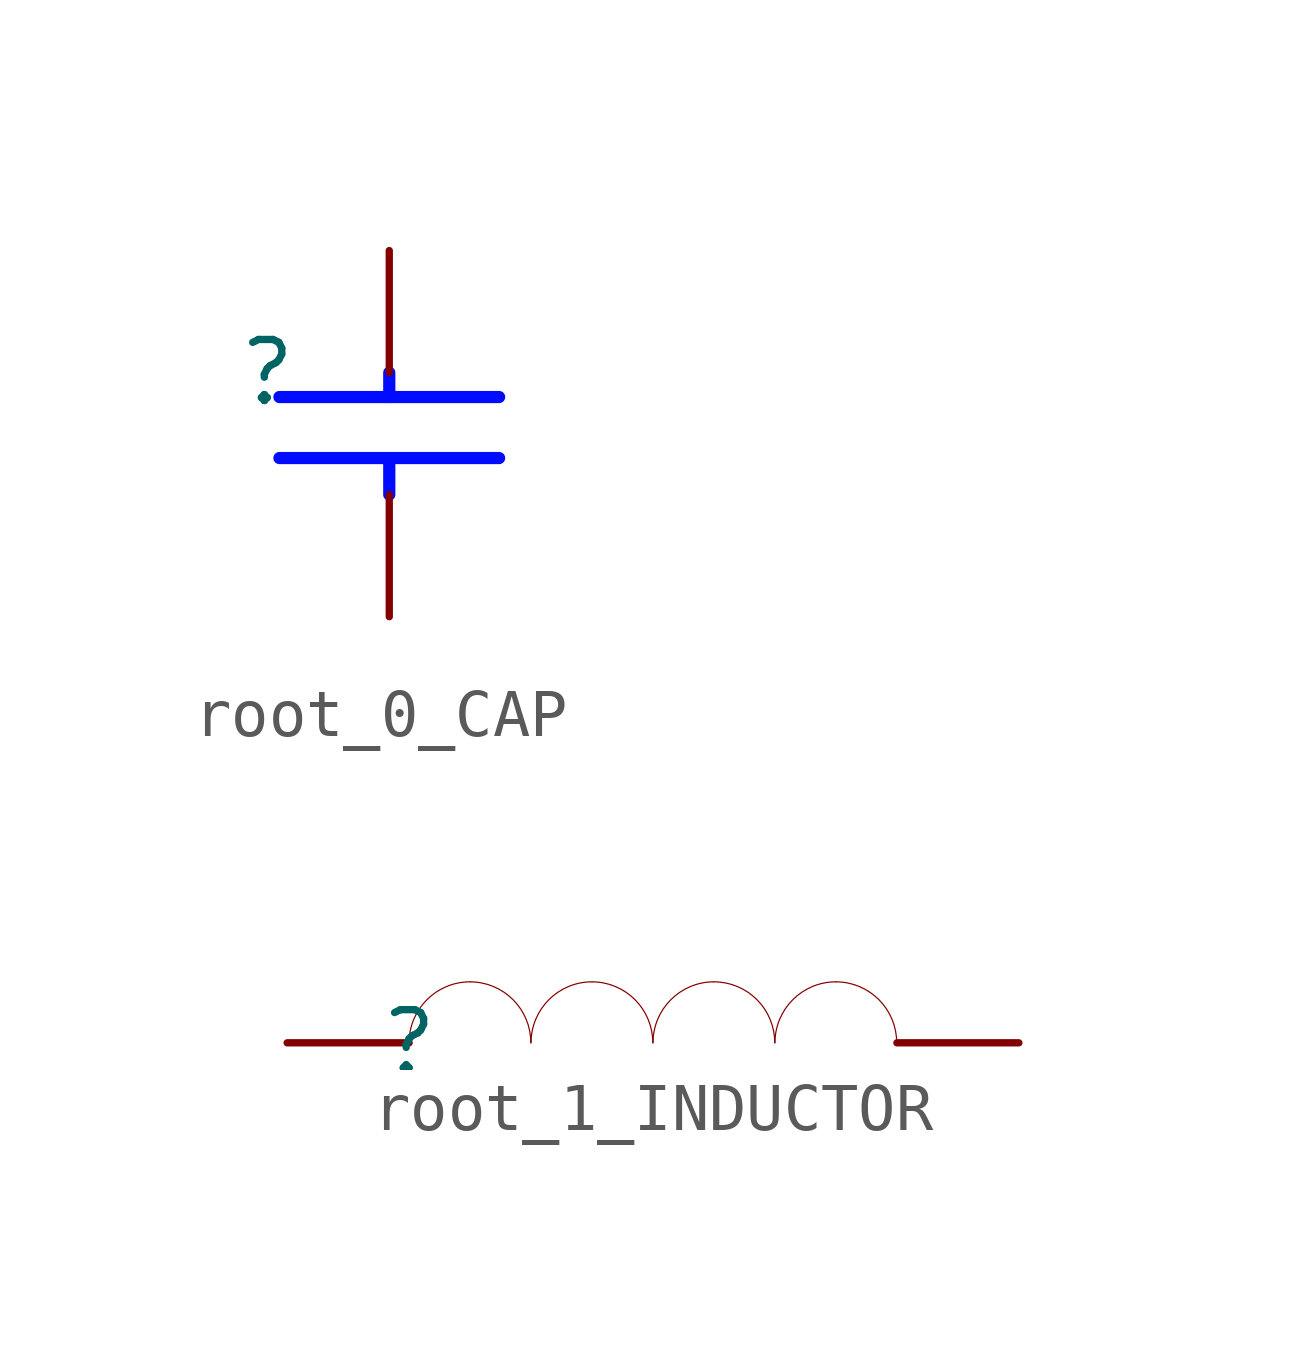
<source format=kicad_sym>
(kicad_symbol_lib
  (version 20231120)
  (generator "kicad_symbol_editor")
  (generator_version "8.0")
  (symbol "root_0_CAP"
    (property "Reference" ""
      (at 0 0 0)
      (effects (font (size 1.27 1.27))))
    (property "Value" ""
      (at 0 0 0)
      (effects (font (size 1.27 1.27))))
    (symbol "root_0_CAP_1_0"
      (polyline (pts (xy 0.254 -1.778) (xy 4.826 -1.778)) (stroke (width 0.254) (type solid) (color 0 11 255 1)) (fill (type none)))
      (polyline (pts (xy 0.254 -0.508) (xy 4.826 -0.508)) (stroke (width 0.254) (type solid) (color 0 11 255 1)) (fill (type none)))
      (polyline (pts (xy 2.54 -2.54) (xy 2.54 -1.778)) (stroke (width 0.254) (type solid) (color 0 11 255 1)) (fill (type none)))
      (polyline (pts (xy 2.54 0) (xy 2.54 -0.508)) (stroke (width 0.254) (type solid) (color 0 11 255 1)) (fill (type none)))
      (pin passive line (at 2.54 2.54 270) (length 2.54) (name "1" (effects (font (size 0 0)))) (number "1" (effects (font (size 0 0)))))
      (pin passive line (at 2.54 -5.08 90) (length 2.54) (name "2" (effects (font (size 0 0)))) (number "2" (effects (font (size 0 0)))))))
  (symbol "root_1_INDUCTOR"
    (property "Reference" ""
      (at 0 0 0)
      (effects (font (size 1.27 1.27))))
    (property "Value" ""
      (at 0 0 0)
      (effects (font (size 1.27 1.27))))
    (symbol "root_1_INDUCTOR_1_0"
      (arc (start 1.27 1.27) (mid 0.372 0.898) (end 0 0) (stroke (width 0.0254) (type solid)) (fill (type none)))
      (arc (start 2.54 0) (mid 2.168 0.898) (end 1.27 1.27) (stroke (width 0.0254) (type solid)) (fill (type none)))
      (arc (start 3.81 1.27) (mid 2.912 0.898) (end 2.54 0) (stroke (width 0.0254) (type solid)) (fill (type none)))
      (arc (start 5.08 0) (mid 4.708 0.898) (end 3.81 1.27) (stroke (width 0.0254) (type solid)) (fill (type none)))
      (arc (start 6.35 1.27) (mid 5.452 0.898) (end 5.08 0) (stroke (width 0.0254) (type solid)) (fill (type none)))
      (arc (start 7.62 0) (mid 7.248 0.898) (end 6.35 1.27) (stroke (width 0.0254) (type solid)) (fill (type none)))
      (arc (start 8.89 1.27) (mid 7.992 0.898) (end 7.62 0) (stroke (width 0.0254) (type solid)) (fill (type none)))
      (arc (start 10.16 0) (mid 9.788 0.898) (end 8.89 1.27) (stroke (width 0.0254) (type solid)) (fill (type none)))
      (pin passive line (at -2.54 0 0) (length 2.54) (name "1" (effects (font (size 0 0)))) (number "1" (effects (font (size 0 0)))))
      (pin passive line (at 12.7 0 180) (length 2.54) (name "2" (effects (font (size 0 0)))) (number "2" (effects (font (size 0 0))))))))
</source>
